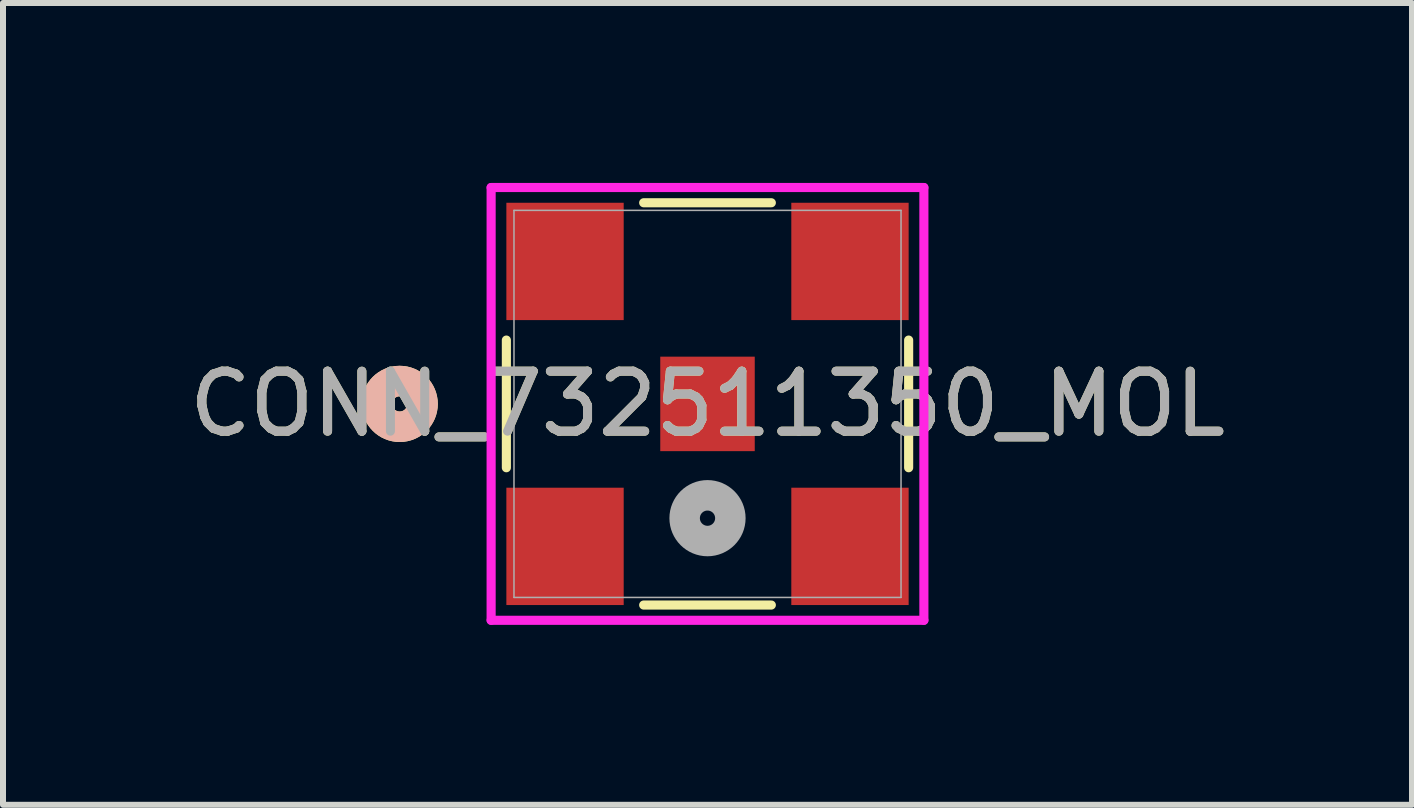
<source format=kicad_pcb>
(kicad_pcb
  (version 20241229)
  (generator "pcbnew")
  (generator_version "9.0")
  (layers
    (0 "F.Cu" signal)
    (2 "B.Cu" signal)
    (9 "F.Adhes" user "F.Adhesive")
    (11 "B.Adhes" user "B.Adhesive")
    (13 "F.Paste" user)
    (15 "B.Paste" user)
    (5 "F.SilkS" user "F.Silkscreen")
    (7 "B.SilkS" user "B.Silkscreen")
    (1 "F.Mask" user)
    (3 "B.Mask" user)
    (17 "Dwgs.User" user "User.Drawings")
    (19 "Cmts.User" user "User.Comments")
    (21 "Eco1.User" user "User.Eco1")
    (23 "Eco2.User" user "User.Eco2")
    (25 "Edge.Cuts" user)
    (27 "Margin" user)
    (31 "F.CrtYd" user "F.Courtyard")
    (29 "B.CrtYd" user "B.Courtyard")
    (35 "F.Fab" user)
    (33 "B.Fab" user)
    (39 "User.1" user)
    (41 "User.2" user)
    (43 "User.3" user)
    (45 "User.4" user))
  (footprint "CONN_732511350_MOL"
    (layer "F.Cu")
    (at 8.744 3.683)
    (property "Reference" "CONN_732511350_MOL" (at 0 0 0) (unlocked yes) (layer "F.SilkS") (effects (font (size 1 1) (thickness 0.15))))
    (attr smd)
    (fp_line (start -3.353 -1.064) (end -3.353 1.064) (stroke (width 0.152) (type solid)) (layer "F.SilkS"))
    (fp_line (start -1.064 3.353) (end 1.064 3.353) (stroke (width 0.152) (type solid)) (layer "F.SilkS"))
    (fp_line (start 1.064 -3.353) (end -1.064 -3.353) (stroke (width 0.152) (type solid)) (layer "F.SilkS"))
    (fp_line (start 3.353 1.064) (end 3.353 -1.064) (stroke (width 0.152) (type solid)) (layer "F.SilkS"))
    (fp_circle (center -5.131 0) (end -4.75 0) (stroke (width 0.508) (type solid)) (fill no) (layer "F.SilkS"))
    (fp_circle (center -5.131 0) (end -4.75 0) (stroke (width 0.508) (type solid)) (fill no) (layer "B.SilkS"))
    (fp_line (start -3.607 -3.607) (end -3.607 3.607) (stroke (width 0.152) (type solid)) (layer "F.CrtYd"))
    (fp_line (start -3.607 3.607) (end 3.607 3.607) (stroke (width 0.152) (type solid)) (layer "F.CrtYd"))
    (fp_line (start 3.607 -3.607) (end -3.607 -3.607) (stroke (width 0.152) (type solid)) (layer "F.CrtYd"))
    (fp_line (start 3.607 3.607) (end 3.607 -3.607) (stroke (width 0.152) (type solid)) (layer "F.CrtYd"))
    (fp_line (start -3.226 -3.226) (end -3.226 3.226) (stroke (width 0.025) (type solid)) (layer "F.Fab"))
    (fp_line (start -3.226 3.226) (end 3.226 3.226) (stroke (width 0.025) (type solid)) (layer "F.Fab"))
    (fp_line (start 3.226 -3.226) (end -3.226 -3.226) (stroke (width 0.025) (type solid)) (layer "F.Fab"))
    (fp_line (start 3.226 3.226) (end 3.226 -3.226) (stroke (width 0.025) (type solid)) (layer "F.Fab"))
    (fp_circle (center 0 1.905) (end 0.381 1.905) (stroke (width 0.508) (type solid)) (fill no) (layer "F.Fab"))
    (fp_text user "${REFERENCE}" (at 0 0 0) (unlocked yes) (layer "F.Fab") (effects (font (size 1 1) (thickness 0.15))))
    (pad "1" smd rect (at 0 0) (size 1.575 1.575) (layers "F.Cu" "F.Mask" "F.Paste"))
    (pad "2" smd rect (at -2.375 -2.375 90) (size 1.956 1.956) (layers "F.Cu" "F.Mask" "F.Paste"))
    (pad "3" smd rect (at 2.375 -2.375 90) (size 1.956 1.956) (layers "F.Cu" "F.Mask" "F.Paste"))
    (pad "4" smd rect (at -2.375 2.375 90) (size 1.956 1.956) (layers "F.Cu" "F.Mask" "F.Paste"))
    (pad "5" smd rect (at 2.375 2.375 90) (size 1.956 1.956) (layers "F.Cu" "F.Mask" "F.Paste")))
  (gr_rect
    (start -3 -3)
    (end 20.488 10.366)
    (stroke (width 0.1) (type default))
    (fill no)
    (layer "Edge.Cuts")))
</source>
